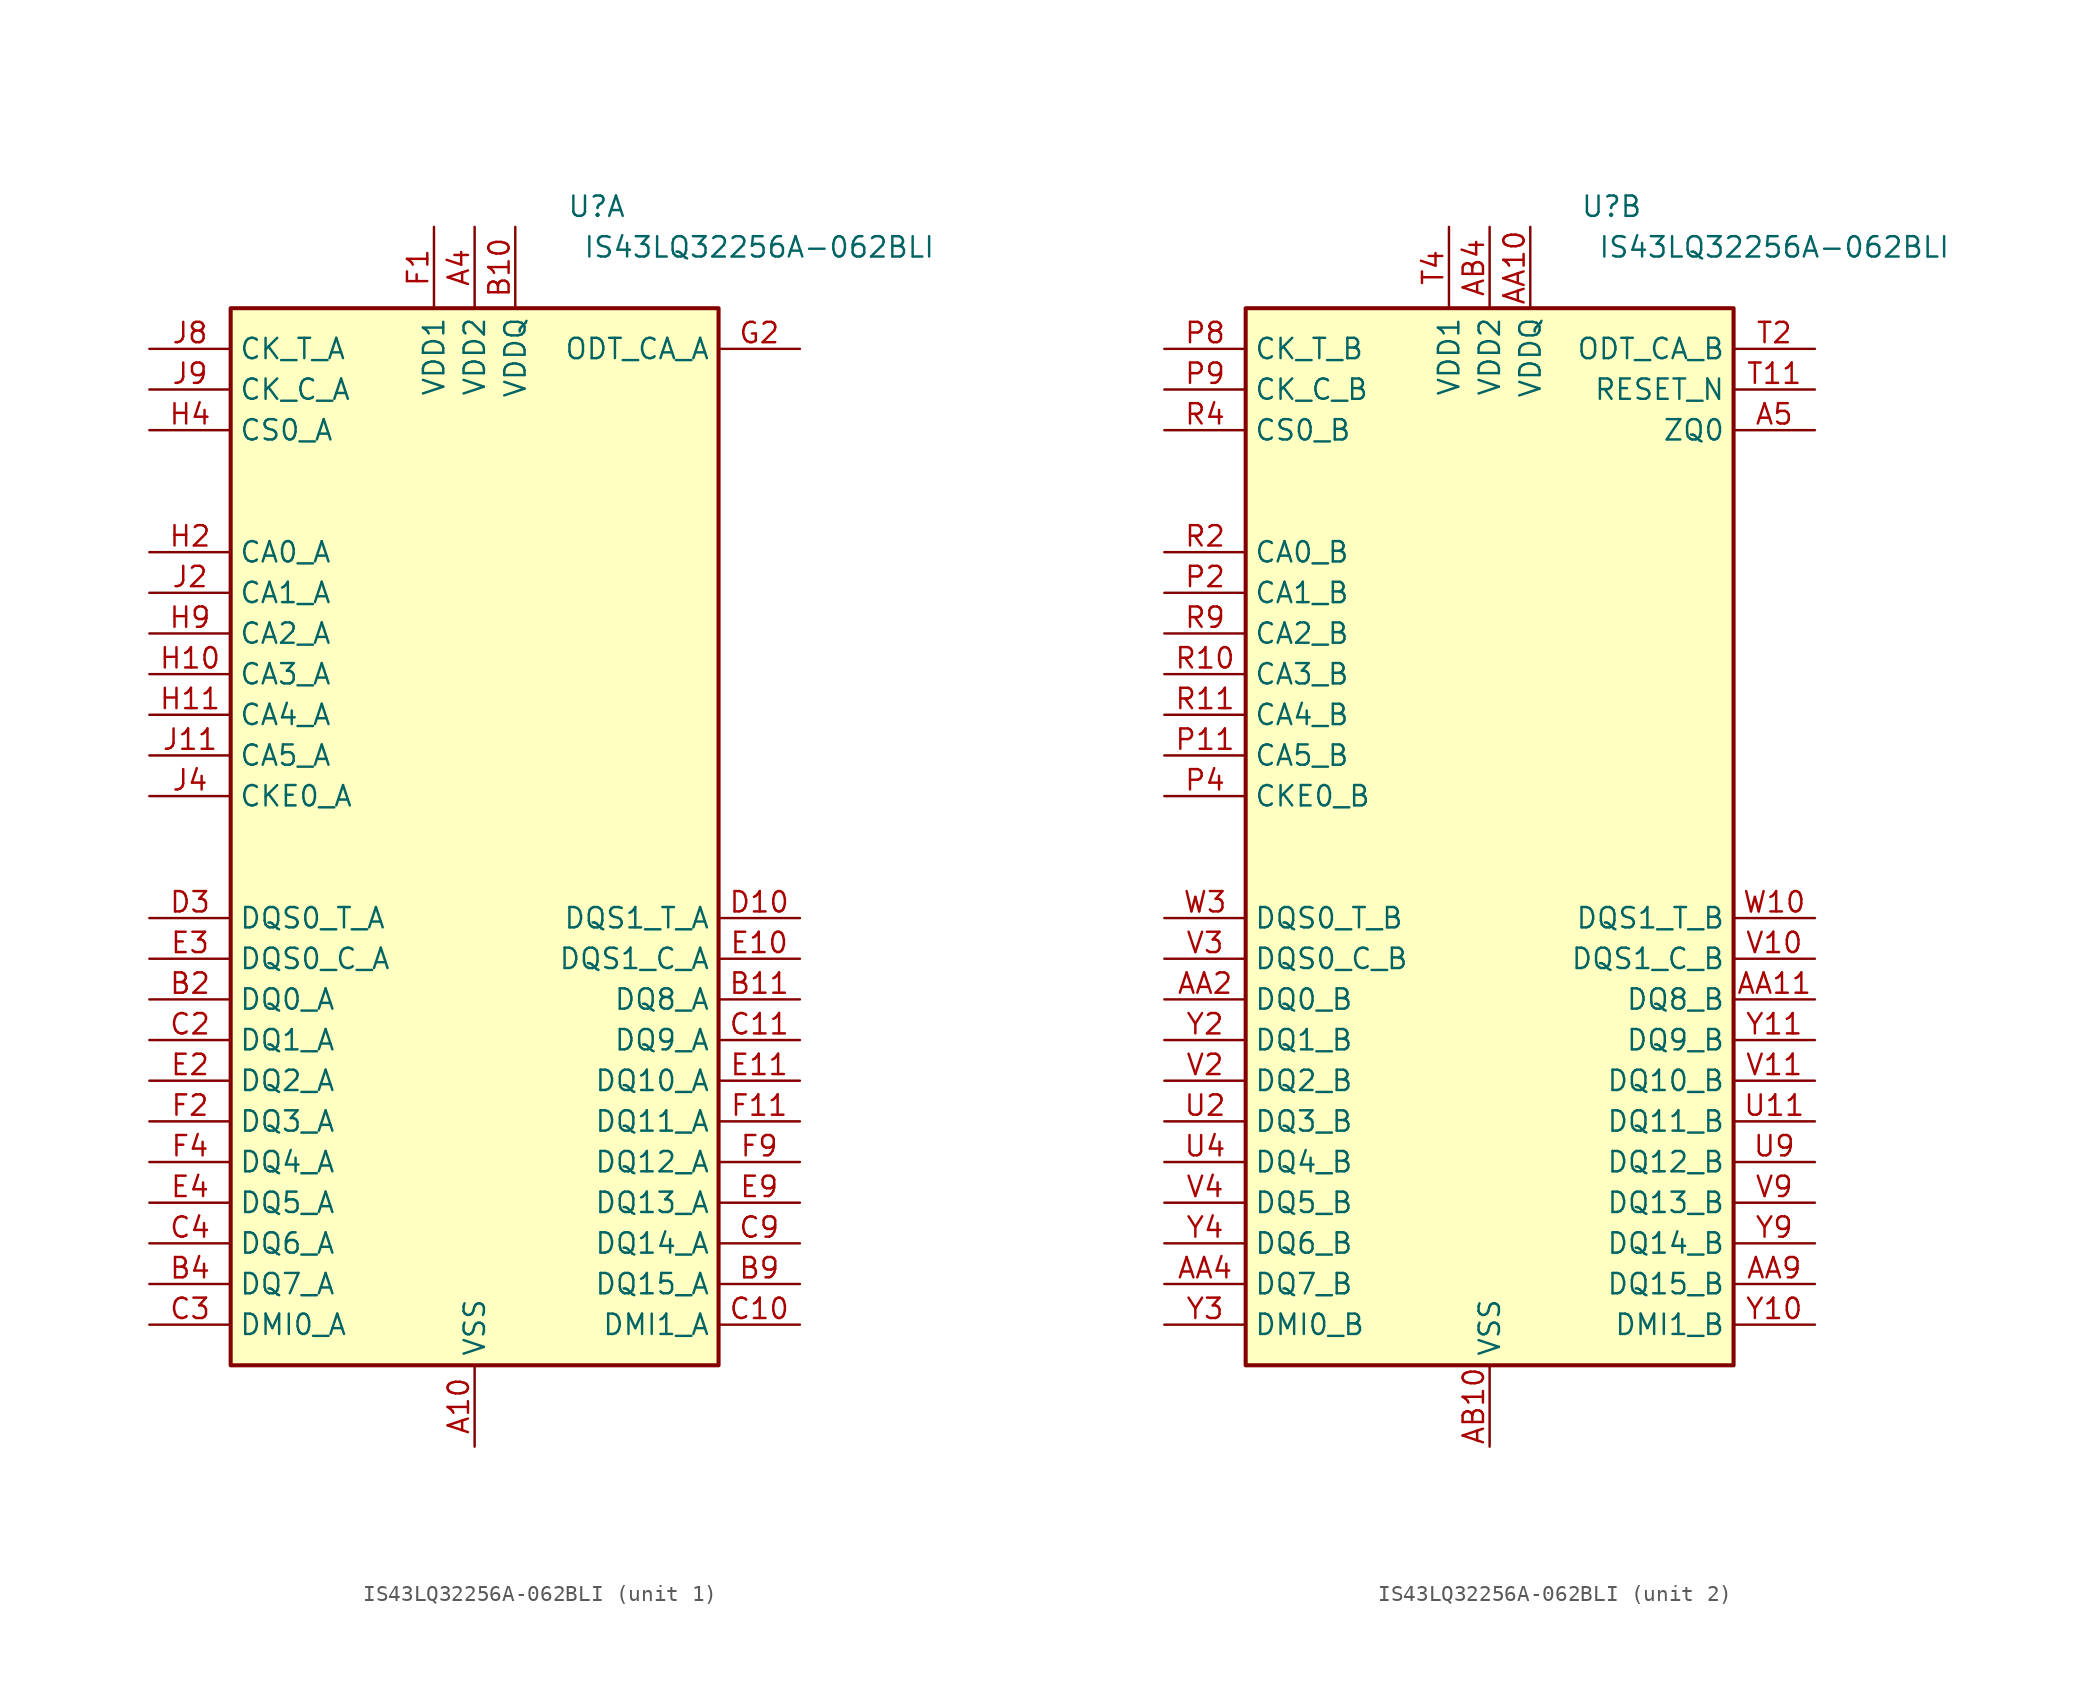
<source format=kicad_sym>
(kicad_symbol_lib
  (version 20201005)
  (generator kicad_symbol_editor)
  (symbol "IS43LQ32256A-062BLI"
    (property "Reference" "U"
      (at 7.62 39.37 0)
      (effects (font (size 1.27 1.27))))
    (property "Value" "IS43LQ32256A-062BLI"
      (at 17.78 36.83 0)
      (effects (font (size 1.27 1.27))))
    (property "ki_locked" ""
      (at 0 0 0)
      (effects (font (size 1.27 1.27))))
    (symbol "IS43LQ32256A-062BLI_1_0"
      (rectangle (start -15.24 -33.02) (end 15.24 33.02) (stroke (width 0.254)) (fill (type background))))
    (symbol "IS43LQ32256A-062BLI_1_1"
      (pin no_connect line (at 15.24 12.7 180) (length 5.08) hide (name "DNU" (effects (font (size 1.27 1.27)))) (number "A1" (effects (font (size 1.27 1.27)))))
      (pin power_in line (at 0 -38.1 90) (length 5.08) (name "VSS" (effects (font (size 1.27 1.27)))) (number "A10" (effects (font (size 1.27 1.27)))))
      (pin no_connect line (at 15.24 7.62 180) (length 5.08) hide (name "DNU" (effects (font (size 1.27 1.27)))) (number "A11" (effects (font (size 1.27 1.27)))))
      (pin no_connect line (at 15.24 5.08 180) (length 5.08) hide (name "DNU" (effects (font (size 1.27 1.27)))) (number "A12" (effects (font (size 1.27 1.27)))))
      (pin no_connect line (at 15.24 10.16 180) (length 5.08) hide (name "DNU" (effects (font (size 1.27 1.27)))) (number "A2" (effects (font (size 1.27 1.27)))))
      (pin passive line (at 0 -38.1 90) (length 5.08) hide (name "VSS" (effects (font (size 1.27 1.27)))) (number "A3" (effects (font (size 1.27 1.27)))))
      (pin power_in line (at 0 38.1 270) (length 5.08) (name "VDD2" (effects (font (size 1.27 1.27)))) (number "A4" (effects (font (size 1.27 1.27)))))
      (pin passive line (at 0 38.1 270) (length 5.08) hide (name "VDD2" (effects (font (size 1.27 1.27)))) (number "A9" (effects (font (size 1.27 1.27)))))
      (pin no_connect line (at 15.24 2.54 180) (length 5.08) hide (name "DNU" (effects (font (size 1.27 1.27)))) (number "B1" (effects (font (size 1.27 1.27)))))
      (pin power_in line (at 2.54 38.1 270) (length 5.08) (name "VDDQ" (effects (font (size 1.27 1.27)))) (number "B10" (effects (font (size 1.27 1.27)))))
      (pin bidirectional line (at 20.32 -10.16 180) (length 5.08) (name "DQ8_A" (effects (font (size 1.27 1.27)))) (number "B11" (effects (font (size 1.27 1.27)))))
      (pin no_connect line (at 15.24 0 180) (length 5.08) hide (name "DNU" (effects (font (size 1.27 1.27)))) (number "B12" (effects (font (size 1.27 1.27)))))
      (pin bidirectional line (at -20.32 -10.16 0) (length 5.08) (name "DQ0_A" (effects (font (size 1.27 1.27)))) (number "B2" (effects (font (size 1.27 1.27)))))
      (pin passive line (at 2.54 38.1 270) (length 5.08) hide (name "VDDQ" (effects (font (size 1.27 1.27)))) (number "B3" (effects (font (size 1.27 1.27)))))
      (pin bidirectional line (at -20.32 -27.94 0) (length 5.08) (name "DQ7_A" (effects (font (size 1.27 1.27)))) (number "B4" (effects (font (size 1.27 1.27)))))
      (pin passive line (at 2.54 38.1 270) (length 5.08) hide (name "VDDQ" (effects (font (size 1.27 1.27)))) (number "B5" (effects (font (size 1.27 1.27)))))
      (pin passive line (at 2.54 38.1 270) (length 5.08) hide (name "VDDQ" (effects (font (size 1.27 1.27)))) (number "B8" (effects (font (size 1.27 1.27)))))
      (pin bidirectional line (at 20.32 -27.94 180) (length 5.08) (name "DQ15_A" (effects (font (size 1.27 1.27)))) (number "B9" (effects (font (size 1.27 1.27)))))
      (pin passive line (at 0 -38.1 90) (length 5.08) hide (name "VSS" (effects (font (size 1.27 1.27)))) (number "C1" (effects (font (size 1.27 1.27)))))
      (pin bidirectional line (at 20.32 -30.48 180) (length 5.08) (name "DMI1_A" (effects (font (size 1.27 1.27)))) (number "C10" (effects (font (size 1.27 1.27)))))
      (pin bidirectional line (at 20.32 -12.7 180) (length 5.08) (name "DQ9_A" (effects (font (size 1.27 1.27)))) (number "C11" (effects (font (size 1.27 1.27)))))
      (pin passive line (at 0 -38.1 90) (length 5.08) hide (name "VSS" (effects (font (size 1.27 1.27)))) (number "C12" (effects (font (size 1.27 1.27)))))
      (pin bidirectional line (at -20.32 -12.7 0) (length 5.08) (name "DQ1_A" (effects (font (size 1.27 1.27)))) (number "C2" (effects (font (size 1.27 1.27)))))
      (pin bidirectional line (at -20.32 -30.48 0) (length 5.08) (name "DMI0_A" (effects (font (size 1.27 1.27)))) (number "C3" (effects (font (size 1.27 1.27)))))
      (pin bidirectional line (at -20.32 -25.4 0) (length 5.08) (name "DQ6_A" (effects (font (size 1.27 1.27)))) (number "C4" (effects (font (size 1.27 1.27)))))
      (pin passive line (at 0 -38.1 90) (length 5.08) hide (name "VSS" (effects (font (size 1.27 1.27)))) (number "C5" (effects (font (size 1.27 1.27)))))
      (pin passive line (at 0 -38.1 90) (length 5.08) hide (name "VSS" (effects (font (size 1.27 1.27)))) (number "C8" (effects (font (size 1.27 1.27)))))
      (pin bidirectional line (at 20.32 -25.4 180) (length 5.08) (name "DQ14_A" (effects (font (size 1.27 1.27)))) (number "C9" (effects (font (size 1.27 1.27)))))
      (pin passive line (at 2.54 38.1 270) (length 5.08) hide (name "VDDQ" (effects (font (size 1.27 1.27)))) (number "D1" (effects (font (size 1.27 1.27)))))
      (pin bidirectional line (at 20.32 -5.08 180) (length 5.08) (name "DQS1_T_A" (effects (font (size 1.27 1.27)))) (number "D10" (effects (font (size 1.27 1.27)))))
      (pin passive line (at 0 -38.1 90) (length 5.08) hide (name "VSS" (effects (font (size 1.27 1.27)))) (number "D11" (effects (font (size 1.27 1.27)))))
      (pin passive line (at 2.54 38.1 270) (length 5.08) hide (name "VDDQ" (effects (font (size 1.27 1.27)))) (number "D12" (effects (font (size 1.27 1.27)))))
      (pin passive line (at 0 -38.1 90) (length 5.08) hide (name "VSS" (effects (font (size 1.27 1.27)))) (number "D2" (effects (font (size 1.27 1.27)))))
      (pin bidirectional line (at -20.32 -5.08 0) (length 5.08) (name "DQS0_T_A" (effects (font (size 1.27 1.27)))) (number "D3" (effects (font (size 1.27 1.27)))))
      (pin passive line (at 0 -38.1 90) (length 5.08) hide (name "VSS" (effects (font (size 1.27 1.27)))) (number "D4" (effects (font (size 1.27 1.27)))))
      (pin passive line (at 2.54 38.1 270) (length 5.08) hide (name "VDDQ" (effects (font (size 1.27 1.27)))) (number "D5" (effects (font (size 1.27 1.27)))))
      (pin passive line (at 2.54 38.1 270) (length 5.08) hide (name "VDDQ" (effects (font (size 1.27 1.27)))) (number "D8" (effects (font (size 1.27 1.27)))))
      (pin passive line (at 0 -38.1 90) (length 5.08) hide (name "VSS" (effects (font (size 1.27 1.27)))) (number "D9" (effects (font (size 1.27 1.27)))))
      (pin passive line (at 0 -38.1 90) (length 5.08) hide (name "VSS" (effects (font (size 1.27 1.27)))) (number "E1" (effects (font (size 1.27 1.27)))))
      (pin bidirectional line (at 20.32 -7.62 180) (length 5.08) (name "DQS1_C_A" (effects (font (size 1.27 1.27)))) (number "E10" (effects (font (size 1.27 1.27)))))
      (pin bidirectional line (at 20.32 -15.24 180) (length 5.08) (name "DQ10_A" (effects (font (size 1.27 1.27)))) (number "E11" (effects (font (size 1.27 1.27)))))
      (pin passive line (at 0 -38.1 90) (length 5.08) hide (name "VSS" (effects (font (size 1.27 1.27)))) (number "E12" (effects (font (size 1.27 1.27)))))
      (pin bidirectional line (at -20.32 -15.24 0) (length 5.08) (name "DQ2_A" (effects (font (size 1.27 1.27)))) (number "E2" (effects (font (size 1.27 1.27)))))
      (pin bidirectional line (at -20.32 -7.62 0) (length 5.08) (name "DQS0_C_A" (effects (font (size 1.27 1.27)))) (number "E3" (effects (font (size 1.27 1.27)))))
      (pin bidirectional line (at -20.32 -22.86 0) (length 5.08) (name "DQ5_A" (effects (font (size 1.27 1.27)))) (number "E4" (effects (font (size 1.27 1.27)))))
      (pin passive line (at 0 -38.1 90) (length 5.08) hide (name "VSS" (effects (font (size 1.27 1.27)))) (number "E5" (effects (font (size 1.27 1.27)))))
      (pin passive line (at 0 -38.1 90) (length 5.08) hide (name "VSS" (effects (font (size 1.27 1.27)))) (number "E8" (effects (font (size 1.27 1.27)))))
      (pin bidirectional line (at 20.32 -22.86 180) (length 5.08) (name "DQ13_A" (effects (font (size 1.27 1.27)))) (number "E9" (effects (font (size 1.27 1.27)))))
      (pin power_in line (at -2.54 38.1 270) (length 5.08) (name "VDD1" (effects (font (size 1.27 1.27)))) (number "F1" (effects (font (size 1.27 1.27)))))
      (pin passive line (at 2.54 38.1 270) (length 5.08) hide (name "VDDQ" (effects (font (size 1.27 1.27)))) (number "F10" (effects (font (size 1.27 1.27)))))
      (pin bidirectional line (at 20.32 -17.78 180) (length 5.08) (name "DQ11_A" (effects (font (size 1.27 1.27)))) (number "F11" (effects (font (size 1.27 1.27)))))
      (pin passive line (at -2.54 38.1 270) (length 5.08) hide (name "VDD1" (effects (font (size 1.27 1.27)))) (number "F12" (effects (font (size 1.27 1.27)))))
      (pin bidirectional line (at -20.32 -17.78 0) (length 5.08) (name "DQ3_A" (effects (font (size 1.27 1.27)))) (number "F2" (effects (font (size 1.27 1.27)))))
      (pin passive line (at 2.54 38.1 270) (length 5.08) hide (name "VDDQ" (effects (font (size 1.27 1.27)))) (number "F3" (effects (font (size 1.27 1.27)))))
      (pin bidirectional line (at -20.32 -20.32 0) (length 5.08) (name "DQ4_A" (effects (font (size 1.27 1.27)))) (number "F4" (effects (font (size 1.27 1.27)))))
      (pin passive line (at 0 38.1 270) (length 5.08) hide (name "VDD2" (effects (font (size 1.27 1.27)))) (number "F5" (effects (font (size 1.27 1.27)))))
      (pin passive line (at 0 38.1 270) (length 5.08) hide (name "VDD2" (effects (font (size 1.27 1.27)))) (number "F8" (effects (font (size 1.27 1.27)))))
      (pin bidirectional line (at 20.32 -20.32 180) (length 5.08) (name "DQ12_A" (effects (font (size 1.27 1.27)))) (number "F9" (effects (font (size 1.27 1.27)))))
      (pin passive line (at 0 -38.1 90) (length 5.08) hide (name "VSS" (effects (font (size 1.27 1.27)))) (number "G1" (effects (font (size 1.27 1.27)))))
      (pin passive line (at 0 -38.1 90) (length 5.08) hide (name "VSS" (effects (font (size 1.27 1.27)))) (number "G10" (effects (font (size 1.27 1.27)))))
      (pin passive line (at 0 -38.1 90) (length 5.08) hide (name "VSS" (effects (font (size 1.27 1.27)))) (number "G12" (effects (font (size 1.27 1.27)))))
      (pin input line (at 20.32 30.48 180) (length 5.08) (name "ODT_CA_A" (effects (font (size 1.27 1.27)))) (number "G2" (effects (font (size 1.27 1.27)))))
      (pin passive line (at 0 -38.1 90) (length 5.08) hide (name "VSS" (effects (font (size 1.27 1.27)))) (number "G3" (effects (font (size 1.27 1.27)))))
      (pin passive line (at -2.54 38.1 270) (length 5.08) hide (name "VDD1" (effects (font (size 1.27 1.27)))) (number "G4" (effects (font (size 1.27 1.27)))))
      (pin passive line (at 0 -38.1 90) (length 5.08) hide (name "VSS" (effects (font (size 1.27 1.27)))) (number "G5" (effects (font (size 1.27 1.27)))))
      (pin passive line (at 0 -38.1 90) (length 5.08) hide (name "VSS" (effects (font (size 1.27 1.27)))) (number "G8" (effects (font (size 1.27 1.27)))))
      (pin passive line (at -2.54 38.1 270) (length 5.08) hide (name "VDD1" (effects (font (size 1.27 1.27)))) (number "G9" (effects (font (size 1.27 1.27)))))
      (pin passive line (at 0 38.1 270) (length 5.08) hide (name "VDD2" (effects (font (size 1.27 1.27)))) (number "H1" (effects (font (size 1.27 1.27)))))
      (pin input line (at -20.32 10.16 0) (length 5.08) (name "CA3_A" (effects (font (size 1.27 1.27)))) (number "H10" (effects (font (size 1.27 1.27)))))
      (pin input line (at -20.32 7.62 0) (length 5.08) (name "CA4_A" (effects (font (size 1.27 1.27)))) (number "H11" (effects (font (size 1.27 1.27)))))
      (pin passive line (at 0 38.1 270) (length 5.08) hide (name "VDD2" (effects (font (size 1.27 1.27)))) (number "H12" (effects (font (size 1.27 1.27)))))
      (pin input line (at -20.32 17.78 0) (length 5.08) (name "CA0_A" (effects (font (size 1.27 1.27)))) (number "H2" (effects (font (size 1.27 1.27)))))
      (pin no_connect line (at -15.24 22.86 0) (length 5.08) hide (name "NC" (effects (font (size 1.27 1.27)))) (number "H3" (effects (font (size 1.27 1.27)))))
      (pin input line (at -20.32 25.4 0) (length 5.08) (name "CS0_A" (effects (font (size 1.27 1.27)))) (number "H4" (effects (font (size 1.27 1.27)))))
      (pin passive line (at 0 38.1 270) (length 5.08) hide (name "VDD2" (effects (font (size 1.27 1.27)))) (number "H5" (effects (font (size 1.27 1.27)))))
      (pin passive line (at 0 38.1 270) (length 5.08) hide (name "VDD2" (effects (font (size 1.27 1.27)))) (number "H8" (effects (font (size 1.27 1.27)))))
      (pin input line (at -20.32 12.7 0) (length 5.08) (name "CA2_A" (effects (font (size 1.27 1.27)))) (number "H9" (effects (font (size 1.27 1.27)))))
      (pin passive line (at 0 -38.1 90) (length 5.08) hide (name "VSS" (effects (font (size 1.27 1.27)))) (number "J1" (effects (font (size 1.27 1.27)))))
      (pin passive line (at 0 -38.1 90) (length 5.08) hide (name "VSS" (effects (font (size 1.27 1.27)))) (number "J10" (effects (font (size 1.27 1.27)))))
      (pin input line (at -20.32 5.08 0) (length 5.08) (name "CA5_A" (effects (font (size 1.27 1.27)))) (number "J11" (effects (font (size 1.27 1.27)))))
      (pin passive line (at 0 -38.1 90) (length 5.08) hide (name "VSS" (effects (font (size 1.27 1.27)))) (number "J12" (effects (font (size 1.27 1.27)))))
      (pin input line (at -20.32 15.24 0) (length 5.08) (name "CA1_A" (effects (font (size 1.27 1.27)))) (number "J2" (effects (font (size 1.27 1.27)))))
      (pin passive line (at 0 -38.1 90) (length 5.08) hide (name "VSS" (effects (font (size 1.27 1.27)))) (number "J3" (effects (font (size 1.27 1.27)))))
      (pin input line (at -20.32 2.54 0) (length 5.08) (name "CKE0_A" (effects (font (size 1.27 1.27)))) (number "J4" (effects (font (size 1.27 1.27)))))
      (pin no_connect line (at -15.24 0 0) (length 5.08) hide (name "NC" (effects (font (size 1.27 1.27)))) (number "J5" (effects (font (size 1.27 1.27)))))
      (pin input line (at -20.32 30.48 0) (length 5.08) (name "CK_T_A" (effects (font (size 1.27 1.27)))) (number "J8" (effects (font (size 1.27 1.27)))))
      (pin input line (at -20.32 27.94 0) (length 5.08) (name "CK_C_A" (effects (font (size 1.27 1.27)))) (number "J9" (effects (font (size 1.27 1.27)))))
      (pin passive line (at 0 38.1 270) (length 5.08) hide (name "VDD2" (effects (font (size 1.27 1.27)))) (number "K1" (effects (font (size 1.27 1.27)))))
      (pin passive line (at 0 38.1 270) (length 5.08) hide (name "VDD2" (effects (font (size 1.27 1.27)))) (number "K10" (effects (font (size 1.27 1.27)))))
      (pin passive line (at 0 -38.1 90) (length 5.08) hide (name "VSS" (effects (font (size 1.27 1.27)))) (number "K11" (effects (font (size 1.27 1.27)))))
      (pin passive line (at 0 38.1 270) (length 5.08) hide (name "VDD2" (effects (font (size 1.27 1.27)))) (number "K12" (effects (font (size 1.27 1.27)))))
      (pin passive line (at 0 -38.1 90) (length 5.08) hide (name "VSS" (effects (font (size 1.27 1.27)))) (number "K2" (effects (font (size 1.27 1.27)))))
      (pin passive line (at 0 38.1 270) (length 5.08) hide (name "VDD2" (effects (font (size 1.27 1.27)))) (number "K3" (effects (font (size 1.27 1.27)))))
      (pin passive line (at 0 -38.1 90) (length 5.08) hide (name "VSS" (effects (font (size 1.27 1.27)))) (number "K4" (effects (font (size 1.27 1.27)))))
      (pin no_connect line (at -15.24 20.32 0) (length 5.08) hide (name "NC" (effects (font (size 1.27 1.27)))) (number "K5" (effects (font (size 1.27 1.27)))))
      (pin no_connect line (at -15.24 -2.54 0) (length 5.08) hide (name "NC" (effects (font (size 1.27 1.27)))) (number "K8" (effects (font (size 1.27 1.27)))))
      (pin passive line (at 0 -38.1 90) (length 5.08) hide (name "VSS" (effects (font (size 1.27 1.27)))) (number "K9" (effects (font (size 1.27 1.27))))))
    (symbol "IS43LQ32256A-062BLI_2_0"
      (rectangle (start -15.24 -33.02) (end 15.24 33.02) (stroke (width 0.254)) (fill (type background))))
    (symbol "IS43LQ32256A-062BLI_2_1"
      (pin input line (at 20.32 25.4 180) (length 5.08) (name "ZQ0" (effects (font (size 1.27 1.27)))) (number "A5" (effects (font (size 1.27 1.27)))))
      (pin no_connect line (at 15.24 22.86 180) (length 5.08) hide (name "NC" (effects (font (size 1.27 1.27)))) (number "A8" (effects (font (size 1.27 1.27)))))
      (pin no_connect line (at 15.24 12.7 180) (length 5.08) hide (name "DNU" (effects (font (size 1.27 1.27)))) (number "AA1" (effects (font (size 1.27 1.27)))))
      (pin power_in line (at 2.54 38.1 270) (length 5.08) (name "VDDQ" (effects (font (size 1.27 1.27)))) (number "AA10" (effects (font (size 1.27 1.27)))))
      (pin bidirectional line (at 20.32 -10.16 180) (length 5.08) (name "DQ8_B" (effects (font (size 1.27 1.27)))) (number "AA11" (effects (font (size 1.27 1.27)))))
      (pin no_connect line (at 15.24 10.16 180) (length 5.08) hide (name "DNU" (effects (font (size 1.27 1.27)))) (number "AA12" (effects (font (size 1.27 1.27)))))
      (pin bidirectional line (at -20.32 -10.16 0) (length 5.08) (name "DQ0_B" (effects (font (size 1.27 1.27)))) (number "AA2" (effects (font (size 1.27 1.27)))))
      (pin passive line (at 2.54 38.1 270) (length 5.08) hide (name "VDDQ" (effects (font (size 1.27 1.27)))) (number "AA3" (effects (font (size 1.27 1.27)))))
      (pin bidirectional line (at -20.32 -27.94 0) (length 5.08) (name "DQ7_B" (effects (font (size 1.27 1.27)))) (number "AA4" (effects (font (size 1.27 1.27)))))
      (pin passive line (at 2.54 38.1 270) (length 5.08) hide (name "VDDQ" (effects (font (size 1.27 1.27)))) (number "AA5" (effects (font (size 1.27 1.27)))))
      (pin passive line (at 2.54 38.1 270) (length 5.08) hide (name "VDDQ" (effects (font (size 1.27 1.27)))) (number "AA8" (effects (font (size 1.27 1.27)))))
      (pin bidirectional line (at 20.32 -27.94 180) (length 5.08) (name "DQ15_B" (effects (font (size 1.27 1.27)))) (number "AA9" (effects (font (size 1.27 1.27)))))
      (pin no_connect line (at 15.24 7.62 180) (length 5.08) hide (name "DNU" (effects (font (size 1.27 1.27)))) (number "AB1" (effects (font (size 1.27 1.27)))))
      (pin power_in line (at 0 -38.1 90) (length 5.08) (name "VSS" (effects (font (size 1.27 1.27)))) (number "AB10" (effects (font (size 1.27 1.27)))))
      (pin no_connect line (at 15.24 2.54 180) (length 5.08) hide (name "DNU" (effects (font (size 1.27 1.27)))) (number "AB11" (effects (font (size 1.27 1.27)))))
      (pin no_connect line (at 15.24 0 180) (length 5.08) hide (name "DNU" (effects (font (size 1.27 1.27)))) (number "AB12" (effects (font (size 1.27 1.27)))))
      (pin no_connect line (at 15.24 5.08 180) (length 5.08) hide (name "DNU" (effects (font (size 1.27 1.27)))) (number "AB2" (effects (font (size 1.27 1.27)))))
      (pin passive line (at 0 -38.1 90) (length 5.08) hide (name "VSS" (effects (font (size 1.27 1.27)))) (number "AB3" (effects (font (size 1.27 1.27)))))
      (pin power_in line (at 0 38.1 270) (length 5.08) (name "VDD2" (effects (font (size 1.27 1.27)))) (number "AB4" (effects (font (size 1.27 1.27)))))
      (pin passive line (at 0 -38.1 90) (length 5.08) hide (name "VSS" (effects (font (size 1.27 1.27)))) (number "AB5" (effects (font (size 1.27 1.27)))))
      (pin passive line (at 0 -38.1 90) (length 5.08) hide (name "VSS" (effects (font (size 1.27 1.27)))) (number "AB8" (effects (font (size 1.27 1.27)))))
      (pin passive line (at 0 38.1 270) (length 5.08) hide (name "VDD2" (effects (font (size 1.27 1.27)))) (number "AB9" (effects (font (size 1.27 1.27)))))
      (pin no_connect line (at 15.24 20.32 180) (length 5.08) hide (name "NC" (effects (font (size 1.27 1.27)))) (number "G11" (effects (font (size 1.27 1.27)))))
      (pin passive line (at 0 38.1 270) (length 5.08) hide (name "VDD2" (effects (font (size 1.27 1.27)))) (number "N1" (effects (font (size 1.27 1.27)))))
      (pin passive line (at 0 38.1 270) (length 5.08) hide (name "VDD2" (effects (font (size 1.27 1.27)))) (number "N10" (effects (font (size 1.27 1.27)))))
      (pin passive line (at 0 -38.1 90) (length 5.08) hide (name "VSS" (effects (font (size 1.27 1.27)))) (number "N11" (effects (font (size 1.27 1.27)))))
      (pin passive line (at 0 38.1 270) (length 5.08) hide (name "VDD2" (effects (font (size 1.27 1.27)))) (number "N12" (effects (font (size 1.27 1.27)))))
      (pin passive line (at 0 -38.1 90) (length 5.08) hide (name "VSS" (effects (font (size 1.27 1.27)))) (number "N2" (effects (font (size 1.27 1.27)))))
      (pin passive line (at 0 38.1 270) (length 5.08) hide (name "VDD2" (effects (font (size 1.27 1.27)))) (number "N3" (effects (font (size 1.27 1.27)))))
      (pin passive line (at 0 -38.1 90) (length 5.08) hide (name "VSS" (effects (font (size 1.27 1.27)))) (number "N4" (effects (font (size 1.27 1.27)))))
      (pin no_connect line (at -15.24 20.32 0) (length 5.08) hide (name "NC" (effects (font (size 1.27 1.27)))) (number "N5" (effects (font (size 1.27 1.27)))))
      (pin no_connect line (at -15.24 -2.54 0) (length 5.08) hide (name "NC" (effects (font (size 1.27 1.27)))) (number "N8" (effects (font (size 1.27 1.27)))))
      (pin passive line (at 0 -38.1 90) (length 5.08) hide (name "VSS" (effects (font (size 1.27 1.27)))) (number "N9" (effects (font (size 1.27 1.27)))))
      (pin passive line (at 0 -38.1 90) (length 5.08) hide (name "VSS" (effects (font (size 1.27 1.27)))) (number "P1" (effects (font (size 1.27 1.27)))))
      (pin passive line (at 0 -38.1 90) (length 5.08) hide (name "VSS" (effects (font (size 1.27 1.27)))) (number "P10" (effects (font (size 1.27 1.27)))))
      (pin input line (at -20.32 5.08 0) (length 5.08) (name "CA5_B" (effects (font (size 1.27 1.27)))) (number "P11" (effects (font (size 1.27 1.27)))))
      (pin passive line (at 0 -38.1 90) (length 5.08) hide (name "VSS" (effects (font (size 1.27 1.27)))) (number "P12" (effects (font (size 1.27 1.27)))))
      (pin input line (at -20.32 15.24 0) (length 5.08) (name "CA1_B" (effects (font (size 1.27 1.27)))) (number "P2" (effects (font (size 1.27 1.27)))))
      (pin passive line (at 0 -38.1 90) (length 5.08) hide (name "VSS" (effects (font (size 1.27 1.27)))) (number "P3" (effects (font (size 1.27 1.27)))))
      (pin input line (at -20.32 2.54 0) (length 5.08) (name "CKE0_B" (effects (font (size 1.27 1.27)))) (number "P4" (effects (font (size 1.27 1.27)))))
      (pin no_connect line (at -15.24 0 0) (length 5.08) hide (name "NC" (effects (font (size 1.27 1.27)))) (number "P5" (effects (font (size 1.27 1.27)))))
      (pin input line (at -20.32 30.48 0) (length 5.08) (name "CK_T_B" (effects (font (size 1.27 1.27)))) (number "P8" (effects (font (size 1.27 1.27)))))
      (pin input line (at -20.32 27.94 0) (length 5.08) (name "CK_C_B" (effects (font (size 1.27 1.27)))) (number "P9" (effects (font (size 1.27 1.27)))))
      (pin passive line (at 0 38.1 270) (length 5.08) hide (name "VDD2" (effects (font (size 1.27 1.27)))) (number "R1" (effects (font (size 1.27 1.27)))))
      (pin input line (at -20.32 10.16 0) (length 5.08) (name "CA3_B" (effects (font (size 1.27 1.27)))) (number "R10" (effects (font (size 1.27 1.27)))))
      (pin input line (at -20.32 7.62 0) (length 5.08) (name "CA4_B" (effects (font (size 1.27 1.27)))) (number "R11" (effects (font (size 1.27 1.27)))))
      (pin passive line (at 0 38.1 270) (length 5.08) hide (name "VDD2" (effects (font (size 1.27 1.27)))) (number "R12" (effects (font (size 1.27 1.27)))))
      (pin input line (at -20.32 17.78 0) (length 5.08) (name "CA0_B" (effects (font (size 1.27 1.27)))) (number "R2" (effects (font (size 1.27 1.27)))))
      (pin no_connect line (at -15.24 22.86 0) (length 5.08) hide (name "NC" (effects (font (size 1.27 1.27)))) (number "R3" (effects (font (size 1.27 1.27)))))
      (pin input line (at -20.32 25.4 0) (length 5.08) (name "CS0_B" (effects (font (size 1.27 1.27)))) (number "R4" (effects (font (size 1.27 1.27)))))
      (pin passive line (at 0 38.1 270) (length 5.08) hide (name "VDD2" (effects (font (size 1.27 1.27)))) (number "R5" (effects (font (size 1.27 1.27)))))
      (pin passive line (at 0 38.1 270) (length 5.08) hide (name "VDD2" (effects (font (size 1.27 1.27)))) (number "R8" (effects (font (size 1.27 1.27)))))
      (pin input line (at -20.32 12.7 0) (length 5.08) (name "CA2_B" (effects (font (size 1.27 1.27)))) (number "R9" (effects (font (size 1.27 1.27)))))
      (pin passive line (at 0 -38.1 90) (length 5.08) hide (name "VSS" (effects (font (size 1.27 1.27)))) (number "T1" (effects (font (size 1.27 1.27)))))
      (pin passive line (at 0 -38.1 90) (length 5.08) hide (name "VSS" (effects (font (size 1.27 1.27)))) (number "T10" (effects (font (size 1.27 1.27)))))
      (pin input line (at 20.32 27.94 180) (length 5.08) (name "RESET_N" (effects (font (size 1.27 1.27)))) (number "T11" (effects (font (size 1.27 1.27)))))
      (pin passive line (at 0 -38.1 90) (length 5.08) hide (name "VSS" (effects (font (size 1.27 1.27)))) (number "T12" (effects (font (size 1.27 1.27)))))
      (pin input line (at 20.32 30.48 180) (length 5.08) (name "ODT_CA_B" (effects (font (size 1.27 1.27)))) (number "T2" (effects (font (size 1.27 1.27)))))
      (pin passive line (at 0 -38.1 90) (length 5.08) hide (name "VSS" (effects (font (size 1.27 1.27)))) (number "T3" (effects (font (size 1.27 1.27)))))
      (pin power_in line (at -2.54 38.1 270) (length 5.08) (name "VDD1" (effects (font (size 1.27 1.27)))) (number "T4" (effects (font (size 1.27 1.27)))))
      (pin passive line (at 0 -38.1 90) (length 5.08) hide (name "VSS" (effects (font (size 1.27 1.27)))) (number "T5" (effects (font (size 1.27 1.27)))))
      (pin passive line (at 0 -38.1 90) (length 5.08) hide (name "VSS" (effects (font (size 1.27 1.27)))) (number "T8" (effects (font (size 1.27 1.27)))))
      (pin passive line (at -2.54 38.1 270) (length 5.08) hide (name "VDD1" (effects (font (size 1.27 1.27)))) (number "T9" (effects (font (size 1.27 1.27)))))
      (pin passive line (at -2.54 38.1 270) (length 5.08) hide (name "VDD1" (effects (font (size 1.27 1.27)))) (number "U1" (effects (font (size 1.27 1.27)))))
      (pin passive line (at 2.54 38.1 270) (length 5.08) hide (name "VDDQ" (effects (font (size 1.27 1.27)))) (number "U10" (effects (font (size 1.27 1.27)))))
      (pin bidirectional line (at 20.32 -17.78 180) (length 5.08) (name "DQ11_B" (effects (font (size 1.27 1.27)))) (number "U11" (effects (font (size 1.27 1.27)))))
      (pin passive line (at -2.54 38.1 270) (length 5.08) hide (name "VDD1" (effects (font (size 1.27 1.27)))) (number "U12" (effects (font (size 1.27 1.27)))))
      (pin bidirectional line (at -20.32 -17.78 0) (length 5.08) (name "DQ3_B" (effects (font (size 1.27 1.27)))) (number "U2" (effects (font (size 1.27 1.27)))))
      (pin passive line (at 2.54 38.1 270) (length 5.08) hide (name "VDDQ" (effects (font (size 1.27 1.27)))) (number "U3" (effects (font (size 1.27 1.27)))))
      (pin bidirectional line (at -20.32 -20.32 0) (length 5.08) (name "DQ4_B" (effects (font (size 1.27 1.27)))) (number "U4" (effects (font (size 1.27 1.27)))))
      (pin passive line (at 0 38.1 270) (length 5.08) hide (name "VDD2" (effects (font (size 1.27 1.27)))) (number "U5" (effects (font (size 1.27 1.27)))))
      (pin passive line (at 0 38.1 270) (length 5.08) hide (name "VDD2" (effects (font (size 1.27 1.27)))) (number "U8" (effects (font (size 1.27 1.27)))))
      (pin bidirectional line (at 20.32 -20.32 180) (length 5.08) (name "DQ12_B" (effects (font (size 1.27 1.27)))) (number "U9" (effects (font (size 1.27 1.27)))))
      (pin passive line (at 0 -38.1 90) (length 5.08) hide (name "VSS" (effects (font (size 1.27 1.27)))) (number "V1" (effects (font (size 1.27 1.27)))))
      (pin bidirectional line (at 20.32 -7.62 180) (length 5.08) (name "DQS1_C_B" (effects (font (size 1.27 1.27)))) (number "V10" (effects (font (size 1.27 1.27)))))
      (pin bidirectional line (at 20.32 -15.24 180) (length 5.08) (name "DQ10_B" (effects (font (size 1.27 1.27)))) (number "V11" (effects (font (size 1.27 1.27)))))
      (pin passive line (at 0 -38.1 90) (length 5.08) hide (name "VSS" (effects (font (size 1.27 1.27)))) (number "V12" (effects (font (size 1.27 1.27)))))
      (pin bidirectional line (at -20.32 -15.24 0) (length 5.08) (name "DQ2_B" (effects (font (size 1.27 1.27)))) (number "V2" (effects (font (size 1.27 1.27)))))
      (pin bidirectional line (at -20.32 -7.62 0) (length 5.08) (name "DQS0_C_B" (effects (font (size 1.27 1.27)))) (number "V3" (effects (font (size 1.27 1.27)))))
      (pin bidirectional line (at -20.32 -22.86 0) (length 5.08) (name "DQ5_B" (effects (font (size 1.27 1.27)))) (number "V4" (effects (font (size 1.27 1.27)))))
      (pin passive line (at 0 -38.1 90) (length 5.08) hide (name "VSS" (effects (font (size 1.27 1.27)))) (number "V5" (effects (font (size 1.27 1.27)))))
      (pin passive line (at 0 -38.1 90) (length 5.08) hide (name "VSS" (effects (font (size 1.27 1.27)))) (number "V8" (effects (font (size 1.27 1.27)))))
      (pin bidirectional line (at 20.32 -22.86 180) (length 5.08) (name "DQ13_B" (effects (font (size 1.27 1.27)))) (number "V9" (effects (font (size 1.27 1.27)))))
      (pin passive line (at 2.54 38.1 270) (length 5.08) hide (name "VDDQ" (effects (font (size 1.27 1.27)))) (number "W1" (effects (font (size 1.27 1.27)))))
      (pin bidirectional line (at 20.32 -5.08 180) (length 5.08) (name "DQS1_T_B" (effects (font (size 1.27 1.27)))) (number "W10" (effects (font (size 1.27 1.27)))))
      (pin passive line (at 0 -38.1 90) (length 5.08) hide (name "VSS" (effects (font (size 1.27 1.27)))) (number "W11" (effects (font (size 1.27 1.27)))))
      (pin passive line (at 2.54 38.1 270) (length 5.08) hide (name "VDDQ" (effects (font (size 1.27 1.27)))) (number "W12" (effects (font (size 1.27 1.27)))))
      (pin passive line (at 0 -38.1 90) (length 5.08) hide (name "VSS" (effects (font (size 1.27 1.27)))) (number "W2" (effects (font (size 1.27 1.27)))))
      (pin bidirectional line (at -20.32 -5.08 0) (length 5.08) (name "DQS0_T_B" (effects (font (size 1.27 1.27)))) (number "W3" (effects (font (size 1.27 1.27)))))
      (pin passive line (at 0 -38.1 90) (length 5.08) hide (name "VSS" (effects (font (size 1.27 1.27)))) (number "W4" (effects (font (size 1.27 1.27)))))
      (pin passive line (at 2.54 38.1 270) (length 5.08) hide (name "VDDQ" (effects (font (size 1.27 1.27)))) (number "W5" (effects (font (size 1.27 1.27)))))
      (pin passive line (at 2.54 38.1 270) (length 5.08) hide (name "VDDQ" (effects (font (size 1.27 1.27)))) (number "W8" (effects (font (size 1.27 1.27)))))
      (pin passive line (at 0 -38.1 90) (length 5.08) hide (name "VSS" (effects (font (size 1.27 1.27)))) (number "W9" (effects (font (size 1.27 1.27)))))
      (pin passive line (at 0 -38.1 90) (length 5.08) hide (name "VSS" (effects (font (size 1.27 1.27)))) (number "Y1" (effects (font (size 1.27 1.27)))))
      (pin bidirectional line (at 20.32 -30.48 180) (length 5.08) (name "DMI1_B" (effects (font (size 1.27 1.27)))) (number "Y10" (effects (font (size 1.27 1.27)))))
      (pin bidirectional line (at 20.32 -12.7 180) (length 5.08) (name "DQ9_B" (effects (font (size 1.27 1.27)))) (number "Y11" (effects (font (size 1.27 1.27)))))
      (pin passive line (at 0 -38.1 90) (length 5.08) hide (name "VSS" (effects (font (size 1.27 1.27)))) (number "Y12" (effects (font (size 1.27 1.27)))))
      (pin bidirectional line (at -20.32 -12.7 0) (length 5.08) (name "DQ1_B" (effects (font (size 1.27 1.27)))) (number "Y2" (effects (font (size 1.27 1.27)))))
      (pin bidirectional line (at -20.32 -30.48 0) (length 5.08) (name "DMI0_B" (effects (font (size 1.27 1.27)))) (number "Y3" (effects (font (size 1.27 1.27)))))
      (pin bidirectional line (at -20.32 -25.4 0) (length 5.08) (name "DQ6_B" (effects (font (size 1.27 1.27)))) (number "Y4" (effects (font (size 1.27 1.27)))))
      (pin passive line (at 0 -38.1 90) (length 5.08) hide (name "VSS" (effects (font (size 1.27 1.27)))) (number "Y5" (effects (font (size 1.27 1.27)))))
      (pin passive line (at 0 -38.1 90) (length 5.08) hide (name "VSS" (effects (font (size 1.27 1.27)))) (number "Y8" (effects (font (size 1.27 1.27)))))
      (pin bidirectional line (at 20.32 -25.4 180) (length 5.08) (name "DQ14_B" (effects (font (size 1.27 1.27)))) (number "Y9" (effects (font (size 1.27 1.27))))))))
</source>
